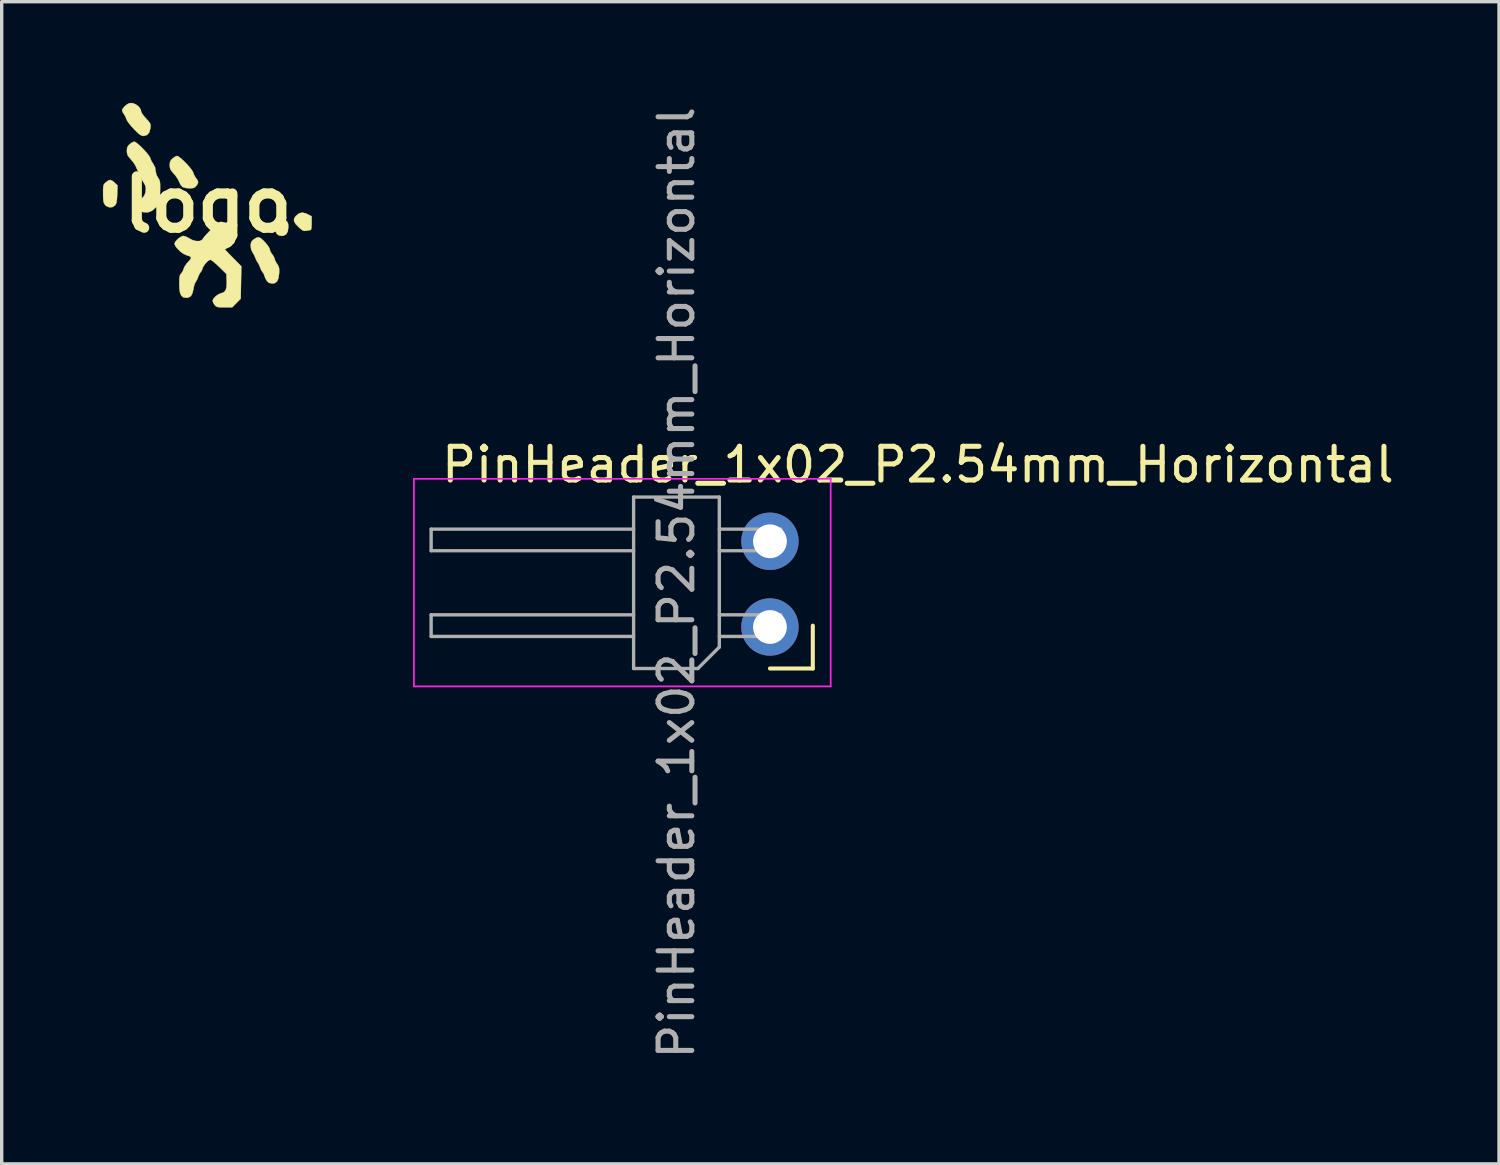
<source format=kicad_pcb>
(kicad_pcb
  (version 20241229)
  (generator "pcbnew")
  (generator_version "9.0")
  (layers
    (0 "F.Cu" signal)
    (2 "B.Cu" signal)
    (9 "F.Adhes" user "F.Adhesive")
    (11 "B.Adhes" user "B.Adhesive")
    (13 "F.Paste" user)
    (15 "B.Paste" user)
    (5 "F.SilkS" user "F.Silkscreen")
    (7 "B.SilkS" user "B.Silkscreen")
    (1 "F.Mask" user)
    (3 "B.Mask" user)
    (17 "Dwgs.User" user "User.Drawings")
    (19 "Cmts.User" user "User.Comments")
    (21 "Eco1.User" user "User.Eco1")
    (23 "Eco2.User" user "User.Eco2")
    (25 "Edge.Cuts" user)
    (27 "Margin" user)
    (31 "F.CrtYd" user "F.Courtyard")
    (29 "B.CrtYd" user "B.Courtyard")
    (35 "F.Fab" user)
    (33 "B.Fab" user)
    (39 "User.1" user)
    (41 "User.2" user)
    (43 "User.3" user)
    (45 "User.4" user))
  (footprint "PinHeader_1x02_P2.54mm_Horizontal"
    (layer "F.Cu")
    (at 19.766 12.99)
    (property "Reference" "PinHeader_1x02_P2.54mm_Horizontal" (at 4.385 -2.27 0) (layer "F.SilkS") (effects (font (size 1 1) (thickness 0.15))))
    (attr through_hole)
    (fp_line (start 1.27 2.5) (end 1.27 3.77) (stroke (width 0.12) (type solid)) (layer "F.SilkS"))
    (fp_line (start 1.27 3.77) (end 0 3.77) (stroke (width 0.12) (type solid)) (layer "F.SilkS"))
    (fp_line (start -10.55 -1.85) (end -10.55 4.3) (stroke (width 0.05) (type solid)) (layer "F.CrtYd"))
    (fp_line (start -10.55 4.3) (end 1.8 4.3) (stroke (width 0.05) (type solid)) (layer "F.CrtYd"))
    (fp_line (start 1.8 -1.85) (end -10.55 -1.85) (stroke (width 0.05) (type solid)) (layer "F.CrtYd"))
    (fp_line (start 1.8 4.3) (end 1.8 -1.85) (stroke (width 0.05) (type solid)) (layer "F.CrtYd"))
    (fp_line (start -10.04 0.28) (end -10.04 -0.36) (stroke (width 0.1) (type solid)) (layer "F.Fab"))
    (fp_line (start -10.04 2.82) (end -10.04 2.18) (stroke (width 0.1) (type solid)) (layer "F.Fab"))
    (fp_line (start -4.04 -1.31) (end -1.5 -1.31) (stroke (width 0.1) (type solid)) (layer "F.Fab"))
    (fp_line (start -4.04 -0.36) (end -10.04 -0.36) (stroke (width 0.1) (type solid)) (layer "F.Fab"))
    (fp_line (start -4.04 0.28) (end -10.04 0.28) (stroke (width 0.1) (type solid)) (layer "F.Fab"))
    (fp_line (start -4.04 2.18) (end -10.04 2.18) (stroke (width 0.1) (type solid)) (layer "F.Fab"))
    (fp_line (start -4.04 2.82) (end -10.04 2.82) (stroke (width 0.1) (type solid)) (layer "F.Fab"))
    (fp_line (start -4.04 3.77) (end -4.04 -1.31) (stroke (width 0.1) (type solid)) (layer "F.Fab"))
    (fp_line (start -2.135 3.77) (end -4.04 3.77) (stroke (width 0.1) (type solid)) (layer "F.Fab"))
    (fp_line (start -1.5 -1.31) (end -1.5 3.135) (stroke (width 0.1) (type solid)) (layer "F.Fab"))
    (fp_line (start -1.5 3.135) (end -2.135 3.77) (stroke (width 0.1) (type solid)) (layer "F.Fab"))
    (fp_line (start 0.32 -0.36) (end -1.5 -0.36) (stroke (width 0.1) (type solid)) (layer "F.Fab"))
    (fp_line (start 0.32 0.28) (end -1.5 0.28) (stroke (width 0.1) (type solid)) (layer "F.Fab"))
    (fp_line (start 0.32 0.28) (end 0.32 -0.36) (stroke (width 0.1) (type solid)) (layer "F.Fab"))
    (fp_line (start 0.32 2.18) (end -1.5 2.18) (stroke (width 0.1) (type solid)) (layer "F.Fab"))
    (fp_line (start 0.32 2.82) (end -1.5 2.82) (stroke (width 0.1) (type solid)) (layer "F.Fab"))
    (fp_line (start 0.32 2.82) (end 0.32 2.18) (stroke (width 0.1) (type solid)) (layer "F.Fab"))
    (fp_text user "${REFERENCE}" (at -2.77 1.23 270) (layer "F.Fab") (effects (font (size 1 1) (thickness 0.15))))
    (pad "1" thru_hole circle (at 0 0) (size 1.7 1.7) (drill 1) (layers "*.Cu" "*.Mask"))
    (pad "2" thru_hole oval (at 0 2.54) (size 1.7 1.7) (drill 1) (layers "*.Cu" "*.Mask")))
  (footprint "logo"
    (layer "F.Cu")
    (at 3.109 3.01)
    (property "Reference" "logo" (at 0 0 0) (layer "F.SilkS") (effects (font (size 1.524 1.524) (thickness 0.3))))
    (attr through_hole)
    (fp_poly (pts (xy 2.267 0.432) (xy 2.306 0.463) (xy 2.355 0.516) (xy 2.379 0.575) (xy 2.385 0.665) (xy 2.385 0.672) (xy 2.368 0.802) (xy 2.317 0.887) (xy 2.232 0.927) (xy 2.185 0.931) (xy 2.095 0.911) (xy 2.034 0.857) (xy 1.985 0.75) (xy 1.976 0.662) (xy 1.984 0.574) (xy 2.017 0.512) (xy 2.062 0.468) (xy 2.14 0.413) (xy 2.202 0.401) (xy 2.267 0.432)) (stroke (width 0.01) (type solid)) (fill yes) (layer "F.SilkS"))
    (fp_poly (pts (xy 2.901 0.263) (xy 2.951 0.286) (xy 3.076 0.349) (xy 3.076 0.551) (xy 3.072 0.669) (xy 3.06 0.737) (xy 3.041 0.757) (xy 2.99 0.765) (xy 2.916 0.778) (xy 2.86 0.783) (xy 2.81 0.767) (xy 2.748 0.721) (xy 2.697 0.676) (xy 2.602 0.578) (xy 2.555 0.498) (xy 2.553 0.427) (xy 2.594 0.357) (xy 2.61 0.339) (xy 2.702 0.264) (xy 2.794 0.24) (xy 2.901 0.263)) (stroke (width 0.01) (type solid)) (fill yes) (layer "F.SilkS"))
    (fp_poly (pts (xy -2.822 -0.697) (xy -2.766 -0.649) (xy -2.676 -0.565) (xy -2.685 -0.299) (xy -2.693 -0.165) (xy -2.704 -0.074) (xy -2.723 -0.014) (xy -2.749 0.025) (xy -2.829 0.077) (xy -2.923 0.083) (xy -3.011 0.045) (xy -3.046 0.01) (xy -3.075 -0.034) (xy -3.092 -0.089) (xy -3.101 -0.168) (xy -3.104 -0.286) (xy -3.104 -0.326) (xy -3.104 -0.449) (xy -3.099 -0.53) (xy -3.087 -0.582) (xy -3.064 -0.618) (xy -3.026 -0.653) (xy -3.018 -0.661) (xy -2.942 -0.715) (xy -2.883 -0.728) (xy -2.822 -0.697)) (stroke (width 0.01) (type solid)) (fill yes) (layer "F.SilkS"))
    (fp_poly (pts (xy -2.137 -2.968) (xy -2.051 -2.903) (xy -1.992 -2.823) (xy -1.976 -2.755) (xy -1.957 -2.709) (xy -1.908 -2.638) (xy -1.839 -2.557) (xy -1.831 -2.548) (xy -1.757 -2.467) (xy -1.715 -2.41) (xy -1.698 -2.361) (xy -1.697 -2.304) (xy -1.701 -2.269) (xy -1.733 -2.143) (xy -1.795 -2.064) (xy -1.888 -2.033) (xy -1.905 -2.032) (xy -1.954 -2.039) (xy -2.005 -2.064) (xy -2.069 -2.115) (xy -2.156 -2.2) (xy -2.192 -2.237) (xy -2.279 -2.333) (xy -2.351 -2.423) (xy -2.398 -2.495) (xy -2.41 -2.524) (xy -2.444 -2.609) (xy -2.485 -2.676) (xy -2.525 -2.74) (xy -2.54 -2.793) (xy -2.518 -2.846) (xy -2.463 -2.91) (xy -2.392 -2.968) (xy -2.323 -3.004) (xy -2.233 -3.005) (xy -2.137 -2.968)) (stroke (width 0.01) (type solid)) (fill yes) (layer "F.SilkS"))
    (fp_poly (pts (xy -0.866 -1.419) (xy -0.795 -1.365) (xy -0.71 -1.287) (xy -0.622 -1.198) (xy -0.541 -1.107) (xy -0.476 -1.024) (xy -0.439 -0.962) (xy -0.435 -0.949) (xy -0.403 -0.865) (xy -0.351 -0.783) (xy -0.349 -0.781) (xy -0.297 -0.706) (xy -0.288 -0.646) (xy -0.322 -0.579) (xy -0.341 -0.554) (xy -0.385 -0.509) (xy -0.44 -0.486) (xy -0.526 -0.48) (xy -0.546 -0.48) (xy -0.651 -0.488) (xy -0.734 -0.511) (xy -0.754 -0.522) (xy -0.802 -0.577) (xy -0.843 -0.656) (xy -0.848 -0.67) (xy -0.887 -0.749) (xy -0.95 -0.843) (xy -1.006 -0.909) (xy -1.075 -0.99) (xy -1.113 -1.053) (xy -1.127 -1.118) (xy -1.129 -1.168) (xy -1.122 -1.256) (xy -1.092 -1.317) (xy -1.042 -1.366) (xy -0.976 -1.413) (xy -0.921 -1.438) (xy -0.912 -1.439) (xy -0.866 -1.419)) (stroke (width 0.01) (type solid)) (fill yes) (layer "F.SilkS"))
    (fp_poly (pts (xy 1.576 1.006) (xy 1.647 1.07) (xy 1.721 1.149) (xy 1.785 1.23) (xy 1.826 1.298) (xy 1.834 1.328) (xy 1.852 1.389) (xy 1.895 1.461) (xy 1.905 1.473) (xy 1.951 1.539) (xy 1.975 1.594) (xy 1.976 1.602) (xy 1.991 1.652) (xy 2.029 1.724) (xy 2.049 1.755) (xy 2.09 1.821) (xy 2.111 1.884) (xy 2.115 1.964) (xy 2.112 2.044) (xy 2.092 2.185) (xy 2.052 2.278) (xy 1.986 2.329) (xy 1.903 2.342) (xy 1.811 2.321) (xy 1.754 2.271) (xy 1.706 2.191) (xy 1.679 2.117) (xy 1.653 2.047) (xy 1.622 2.003) (xy 1.588 1.956) (xy 1.555 1.882) (xy 1.55 1.867) (xy 1.518 1.787) (xy 1.483 1.726) (xy 1.478 1.72) (xy 1.443 1.663) (xy 1.409 1.585) (xy 1.407 1.579) (xy 1.369 1.491) (xy 1.323 1.415) (xy 1.322 1.414) (xy 1.282 1.326) (xy 1.27 1.225) (xy 1.277 1.141) (xy 1.306 1.083) (xy 1.367 1.029) (xy 1.456 0.978) (xy 1.52 0.972) (xy 1.576 1.006)) (stroke (width 0.01) (type solid)) (fill yes) (layer "F.SilkS"))
    (fp_poly (pts (xy -2.136 -1.842) (xy -2.065 -1.788) (xy -1.98 -1.711) (xy -1.892 -1.621) (xy -1.811 -1.53) (xy -1.746 -1.448) (xy -1.709 -1.385) (xy -1.705 -1.373) (xy -1.673 -1.288) (xy -1.621 -1.207) (xy -1.619 -1.204) (xy -1.562 -1.096) (xy -1.552 -1.015) (xy -1.525 -0.884) (xy -1.479 -0.799) (xy -1.448 -0.75) (xy -1.428 -0.704) (xy -1.417 -0.648) (xy -1.413 -0.57) (xy -1.414 -0.455) (xy -1.416 -0.361) (xy -1.425 -0.03) (xy -1.548 0.095) (xy -1.66 0.188) (xy -1.77 0.232) (xy -1.893 0.23) (xy -1.942 0.219) (xy -2.027 0.177) (xy -2.09 0.108) (xy -2.117 0.032) (xy -2.117 0.03) (xy -2.098 -0.011) (xy -2.049 -0.076) (xy -1.987 -0.144) (xy -1.91 -0.229) (xy -1.866 -0.301) (xy -1.845 -0.379) (xy -1.842 -0.407) (xy -1.839 -0.503) (xy -1.861 -0.58) (xy -1.899 -0.642) (xy -1.948 -0.73) (xy -1.984 -0.818) (xy -1.989 -0.838) (xy -2.014 -0.911) (xy -2.046 -0.96) (xy -2.081 -1.007) (xy -2.114 -1.082) (xy -2.119 -1.096) (xy -2.157 -1.173) (xy -2.22 -1.266) (xy -2.276 -1.332) (xy -2.345 -1.413) (xy -2.383 -1.476) (xy -2.397 -1.541) (xy -2.399 -1.591) (xy -2.392 -1.68) (xy -2.362 -1.741) (xy -2.312 -1.79) (xy -2.246 -1.837) (xy -2.191 -1.861) (xy -2.182 -1.863) (xy -2.136 -1.842)) (stroke (width 0.01) (type solid)) (fill yes) (layer "F.SilkS"))
    (fp_poly (pts (xy 0.447 0.52) (xy 0.544 0.557) (xy 0.629 0.618) (xy 0.663 0.658) (xy 0.689 0.721) (xy 0.681 0.788) (xy 0.635 0.866) (xy 0.547 0.964) (xy 0.511 1.001) (xy 0.44 1.074) (xy 0.388 1.133) (xy 0.367 1.168) (xy 0.367 1.169) (xy 0.386 1.197) (xy 0.438 1.258) (xy 0.517 1.344) (xy 0.615 1.447) (xy 0.679 1.513) (xy 0.992 1.83) (xy 0.983 2.311) (xy 0.974 2.792) (xy 0.848 2.92) (xy 0.722 3.048) (xy 0.49 3.048) (xy 0.374 3.047) (xy 0.3 3.04) (xy 0.253 3.025) (xy 0.219 2.997) (xy 0.2 2.974) (xy 0.159 2.908) (xy 0.141 2.853) (xy 0.141 2.852) (xy 0.165 2.793) (xy 0.224 2.727) (xy 0.303 2.668) (xy 0.386 2.631) (xy 0.4 2.628) (xy 0.477 2.598) (xy 0.527 2.54) (xy 0.553 2.447) (xy 0.559 2.31) (xy 0.558 2.263) (xy 0.549 2.056) (xy 0.335 1.847) (xy 0.242 1.76) (xy 0.16 1.691) (xy 0.1 1.647) (xy 0.076 1.637) (xy 0.023 1.659) (xy -0.041 1.715) (xy -0.102 1.789) (xy -0.146 1.864) (xy -0.156 1.896) (xy -0.183 1.965) (xy -0.212 2.004) (xy -0.246 2.051) (xy -0.28 2.126) (xy -0.284 2.14) (xy -0.318 2.222) (xy -0.356 2.288) (xy -0.361 2.294) (xy -0.389 2.349) (xy -0.415 2.437) (xy -0.426 2.501) (xy -0.457 2.634) (xy -0.507 2.719) (xy -0.583 2.76) (xy -0.637 2.766) (xy -0.723 2.752) (xy -0.783 2.706) (xy -0.822 2.623) (xy -0.842 2.496) (xy -0.847 2.357) (xy -0.845 2.23) (xy -0.838 2.146) (xy -0.825 2.092) (xy -0.802 2.057) (xy -0.792 2.048) (xy -0.746 1.984) (xy -0.718 1.909) (xy -0.688 1.839) (xy -0.631 1.755) (xy -0.584 1.701) (xy -0.517 1.625) (xy -0.496 1.576) (xy -0.523 1.542) (xy -0.602 1.511) (xy -0.639 1.5) (xy -0.722 1.461) (xy -0.812 1.396) (xy -0.895 1.316) (xy -0.958 1.237) (xy -0.987 1.17) (xy -0.988 1.161) (xy -0.965 1.105) (xy -0.908 1.039) (xy -0.835 0.979) (xy -0.761 0.939) (xy -0.723 0.931) (xy -0.66 0.947) (xy -0.579 0.986) (xy -0.547 1.006) (xy -0.444 1.059) (xy -0.338 1.084) (xy -0.243 1.082) (xy -0.174 1.051) (xy -0.158 1.03) (xy -0.116 0.971) (xy -0.046 0.89) (xy 0.041 0.798) (xy 0.135 0.704) (xy 0.226 0.62) (xy 0.302 0.555) (xy 0.354 0.52) (xy 0.362 0.517) (xy 0.447 0.52)) (stroke (width 0.01) (type solid)) (fill yes) (layer "F.SilkS")))
  (gr_rect
    (start -3 -3)
    (end 41.371 31.44)
    (stroke (width 0.1) (type default))
    (fill no)
    (layer "Edge.Cuts")))
</source>
